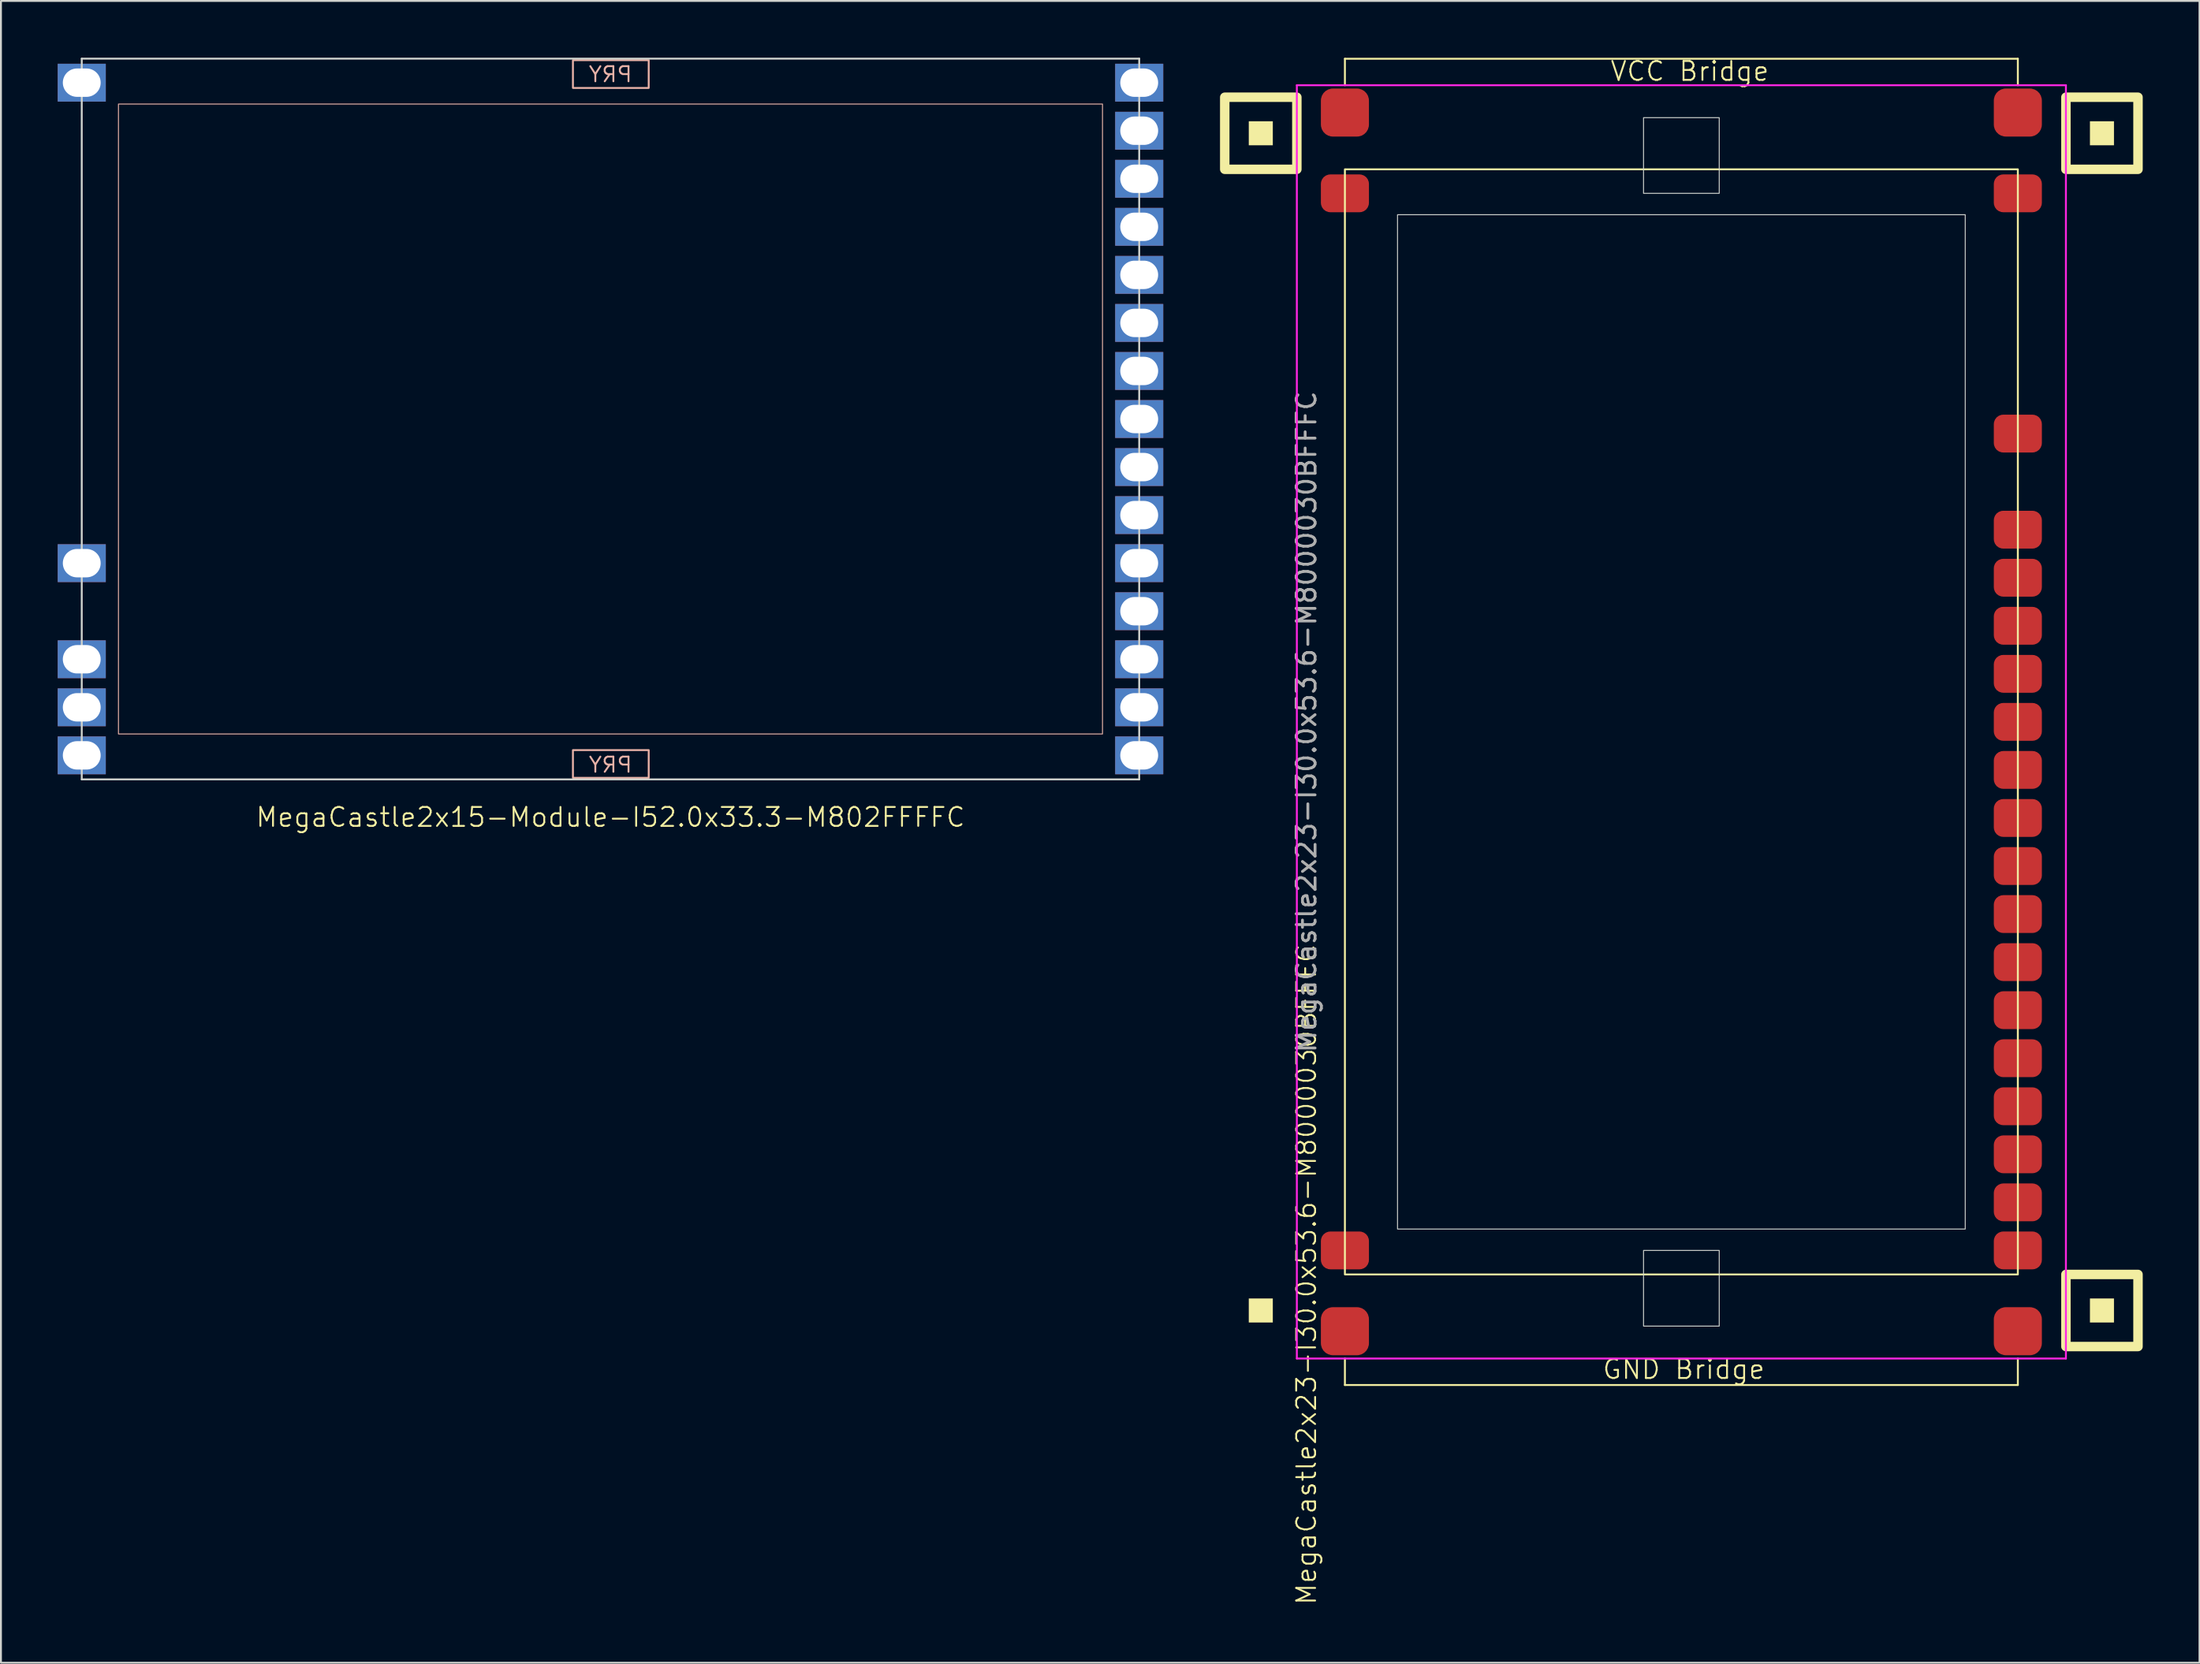
<source format=kicad_pcb>
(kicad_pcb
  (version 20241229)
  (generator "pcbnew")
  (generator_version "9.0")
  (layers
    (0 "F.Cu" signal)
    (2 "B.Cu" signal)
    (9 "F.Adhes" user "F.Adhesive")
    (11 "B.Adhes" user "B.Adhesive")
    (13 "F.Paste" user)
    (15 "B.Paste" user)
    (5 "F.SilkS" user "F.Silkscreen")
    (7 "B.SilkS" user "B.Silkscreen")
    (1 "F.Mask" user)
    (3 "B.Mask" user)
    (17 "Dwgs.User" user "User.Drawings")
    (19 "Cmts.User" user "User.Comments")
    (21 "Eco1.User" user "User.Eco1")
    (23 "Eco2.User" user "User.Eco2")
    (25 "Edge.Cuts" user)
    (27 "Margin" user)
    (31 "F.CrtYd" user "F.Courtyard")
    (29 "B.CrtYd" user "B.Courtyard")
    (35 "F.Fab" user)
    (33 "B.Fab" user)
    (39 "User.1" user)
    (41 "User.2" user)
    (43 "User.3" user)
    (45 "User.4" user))
  (footprint "MegaCastle2x23-I30.0x53.6-M8000030BFFFC"
    (layer "F.Cu")
    (at 85.8 35.11)
    (property "Reference" "MegaCastle2x23-I30.0x53.6-M8000030BFFFC" (at -19.812 29.21 90) (unlocked yes) (layer "F.SilkS") (effects (font (size 1 1) (thickness 0.1))))
    (attr smd)
    (fp_line (start -17.78 -35.055) (end 17.78 -35.055) (stroke (width 0.1) (type default)) (layer "F.SilkS"))
    (fp_line (start -17.78 -33.655) (end -17.78 -35.055) (stroke (width 0.1) (type default)) (layer "F.SilkS"))
    (fp_line (start -17.78 33.655) (end -17.78 35.055) (stroke (width 0.1) (type default)) (layer "F.SilkS"))
    (fp_line (start -17.78 35.055) (end 17.78 35.055) (stroke (width 0.1) (type default)) (layer "F.SilkS"))
    (fp_line (start 17.78 -33.655) (end 17.78 -35.055) (stroke (width 0.1) (type default)) (layer "F.SilkS"))
    (fp_line (start 17.78 33.655) (end 17.78 35.055) (stroke (width 0.1) (type default)) (layer "F.SilkS"))
    (fp_rect (start -21.59 -30.48) (end -22.86 -31.75) (stroke (width 0) (type solid)) (fill yes) (layer "F.SilkS"))
    (fp_rect (start -21.59 31.75) (end -22.86 30.48) (stroke (width 0) (type solid)) (fill yes) (layer "F.SilkS"))
    (fp_rect (start -20.32 -29.21) (end -24.13 -33.02) (stroke (width 0.5) (type default)) (fill no) (layer "F.SilkS"))
    (fp_rect (start -17.78 -29.21) (end 17.78 29.21) (stroke (width 0.1) (type default)) (fill no) (layer "F.SilkS"))
    (fp_rect (start 22.86 -30.48) (end 21.59 -31.75) (stroke (width 0) (type solid)) (fill yes) (layer "F.SilkS"))
    (fp_rect (start 22.86 31.75) (end 21.59 30.48) (stroke (width 0) (type solid)) (fill yes) (layer "F.SilkS"))
    (fp_rect (start 24.13 -29.21) (end 20.32 -33.02) (stroke (width 0.5) (type default)) (fill no) (layer "F.SilkS"))
    (fp_rect (start 24.13 33.02) (end 20.32 29.21) (stroke (width 0.5) (type default)) (fill no) (layer "F.SilkS"))
    (fp_rect (start -15 -26.81) (end 15 26.81) (stroke (width 0.05) (type default)) (fill no) (layer "Edge.Cuts"))
    (fp_rect (start -2 -27.94) (end 2 -31.94) (stroke (width 0.05) (type default)) (fill no) (layer "Edge.Cuts"))
    (fp_rect (start -2 27.94) (end 2 31.94) (stroke (width 0.05) (type default)) (fill no) (layer "Edge.Cuts"))
    (fp_line (start -20.32 -33.655) (end -20.32 33.655) (stroke (width 0.1) (type default)) (layer "F.CrtYd"))
    (fp_line (start -20.32 33.655) (end 20.32 33.655) (stroke (width 0.1) (type default)) (layer "F.CrtYd"))
    (fp_line (start 20.32 -33.655) (end -20.32 -33.655) (stroke (width 0.1) (type default)) (layer "F.CrtYd"))
    (fp_line (start 20.32 -33.655) (end 20.32 33.655) (stroke (width 0.1) (type default)) (layer "F.CrtYd"))
    (fp_text user "VCC Bridge" (at -3.81 -33.81 0) (unlocked yes) (layer "F.SilkS") (effects (font (size 1 1) (thickness 0.1)) (justify left bottom)))
    (fp_text user "GND Bridge" (at -4.226 34.81 0) (unlocked yes) (layer "F.SilkS") (effects (font (size 1 1) (thickness 0.1)) (justify left bottom)))
    (fp_text user "${REFERENCE}" (at -19.812 0 90) (unlocked yes) (layer "F.Fab") (effects (font (size 1 1) (thickness 0.15))))
    (pad "1" smd roundrect (at -17.78 -27.94) (size 2.54 2) (layers "F.Cu" "F.Mask" "F.Paste") (roundrect_rratio 0.25))
    (pad "23" smd roundrect (at -17.78 27.94) (size 2.54 2) (layers "F.Cu" "F.Mask" "F.Paste") (roundrect_rratio 0.25))
    (pad "24" smd roundrect (at 17.78 -27.94) (size 2.54 2) (layers "F.Cu" "F.Mask" "F.Paste") (roundrect_rratio 0.25))
    (pad "29" smd roundrect (at 17.78 -15.24) (size 2.54 2) (layers "F.Cu" "F.Mask" "F.Paste") (roundrect_rratio 0.25))
    (pad "31" smd roundrect (at 17.78 -10.16) (size 2.54 2) (layers "F.Cu" "F.Mask" "F.Paste") (roundrect_rratio 0.25))
    (pad "32" smd roundrect (at 17.78 -7.62) (size 2.54 2) (layers "F.Cu" "F.Mask" "F.Paste") (roundrect_rratio 0.25))
    (pad "33" smd roundrect (at 17.78 -5.08) (size 2.54 2) (layers "F.Cu" "F.Mask" "F.Paste") (roundrect_rratio 0.25))
    (pad "34" smd roundrect (at 17.78 -2.54) (size 2.54 2) (layers "F.Cu" "F.Mask" "F.Paste") (roundrect_rratio 0.25))
    (pad "35" smd roundrect (at 17.78 0) (size 2.54 2) (layers "F.Cu" "F.Mask" "F.Paste") (roundrect_rratio 0.25))
    (pad "36" smd roundrect (at 17.78 2.54) (size 2.54 2) (layers "F.Cu" "F.Mask" "F.Paste") (roundrect_rratio 0.25))
    (pad "37" smd roundrect (at 17.78 5.08) (size 2.54 2) (layers "F.Cu" "F.Mask" "F.Paste") (roundrect_rratio 0.25))
    (pad "38" smd roundrect (at 17.78 7.62) (size 2.54 2) (layers "F.Cu" "F.Mask" "F.Paste") (roundrect_rratio 0.25))
    (pad "39" smd roundrect (at 17.78 10.16) (size 2.54 2) (layers "F.Cu" "F.Mask" "F.Paste") (roundrect_rratio 0.25))
    (pad "40" smd roundrect (at 17.78 12.7) (size 2.54 2) (layers "F.Cu" "F.Mask" "F.Paste") (roundrect_rratio 0.25))
    (pad "41" smd roundrect (at 17.78 15.24) (size 2.54 2) (layers "F.Cu" "F.Mask" "F.Paste") (roundrect_rratio 0.25))
    (pad "42" smd roundrect (at 17.78 17.78) (size 2.54 2) (layers "F.Cu" "F.Mask" "F.Paste") (roundrect_rratio 0.25))
    (pad "43" smd roundrect (at 17.78 20.32) (size 2.54 2) (layers "F.Cu" "F.Mask" "F.Paste") (roundrect_rratio 0.25))
    (pad "44" smd roundrect (at 17.78 22.86) (size 2.54 2) (layers "F.Cu" "F.Mask" "F.Paste") (roundrect_rratio 0.25))
    (pad "45" smd roundrect (at 17.78 25.4) (size 2.54 2) (layers "F.Cu" "F.Mask" "F.Paste") (roundrect_rratio 0.25))
    (pad "46" smd roundrect (at 17.78 27.94) (size 2.54 2) (layers "F.Cu" "F.Mask" "F.Paste") (roundrect_rratio 0.25))
    (pad "A1" smd roundrect (at -17.78 -32.21) (size 2.54 2.54) (layers "F.Cu" "F.Mask" "F.Paste") (roundrect_rratio 0.25))
    (pad "A2" smd roundrect (at 17.78 -32.21) (size 2.54 2.54) (layers "F.Cu" "F.Mask" "F.Paste") (roundrect_rratio 0.25))
    (pad "B1" smd roundrect (at -17.78 32.21) (size 2.54 2.54) (layers "F.Cu" "F.Mask" "F.Paste") (roundrect_rratio 0.25))
    (pad "B2" smd roundrect (at 17.78 32.21) (size 2.54 2.54) (layers "F.Cu" "F.Mask" "F.Paste") (roundrect_rratio 0.25)))
  (footprint "MegaCastle2x15-Module-I52.0x33.3-M802FFFFC"
    (layer "F.Cu")
    (at 29.21 19.1)
    (property "Reference" "MegaCastle2x15-Module-I52.0x33.3-M802FFFFC" (at 0 21.05 0) (unlocked yes) (layer "F.SilkS") (effects (font (size 1 1) (thickness 0.1))))
    (attr smd)
    (fp_rect (start -26 16.65) (end 26 -16.65) (stroke (width 0.05) (type default)) (fill no) (layer "B.SilkS"))
    (fp_rect (start -1.984 -17.501) (end 2.02 -18.97) (stroke (width 0.1) (type default)) (fill no) (layer "B.SilkS"))
    (fp_rect (start -1.984 17.501) (end 2.02 18.97) (stroke (width 0.1) (type default)) (fill no) (layer "B.SilkS"))
    (fp_line (start -27.94 -19.05) (end -27.94 19.05) (stroke (width 0.1) (type default)) (layer "Edge.Cuts"))
    (fp_line (start -27.94 -19.05) (end 27.94 -19.05) (stroke (width 0.1) (type default)) (layer "Edge.Cuts"))
    (fp_line (start -27.94 19.05) (end 27.94 19.05) (stroke (width 0.1) (type default)) (layer "Edge.Cuts"))
    (fp_line (start 27.94 -19.05) (end 27.94 19.05) (stroke (width 0.1) (type default)) (layer "Edge.Cuts"))
    (fp_text user "PRY" (at 0 -17.75 0) (unlocked yes) (layer "B.SilkS") (effects (font (size 0.8 0.8) (thickness 0.1)) (justify bottom mirror)))
    (fp_text user "PRY" (at 0 18.75 0) (unlocked yes) (layer "B.SilkS") (effects (font (size 0.8 0.8) (thickness 0.1)) (justify bottom mirror)))
    (pad "1" thru_hole rect (at -27.94 -17.78) (size 2.54 2) (drill oval 2 1.5) (property pad_prop_castellated) (layers "*.Cu" "*.Mask"))
    (pad "11" thru_hole rect (at -27.94 7.62) (size 2.54 2) (drill oval 2 1.5) (property pad_prop_castellated) (layers "*.Cu" "*.Mask"))
    (pad "13" thru_hole rect (at -27.94 12.7) (size 2.54 2) (drill oval 2 1.5) (property pad_prop_castellated) (layers "*.Cu" "*.Mask"))
    (pad "14" thru_hole rect (at -27.94 15.24) (size 2.54 2) (drill oval 2 1.5) (property pad_prop_castellated) (layers "*.Cu" "*.Mask"))
    (pad "15" thru_hole rect (at -27.94 17.78) (size 2.54 2) (drill oval 2 1.5) (property pad_prop_castellated) (layers "*.Cu" "*.Mask"))
    (pad "16" thru_hole rect (at 27.94 -17.78) (size 2.54 2) (drill oval 2 1.5) (property pad_prop_castellated) (layers "*.Cu" "*.Mask"))
    (pad "17" thru_hole rect (at 27.94 -15.24) (size 2.54 2) (drill oval 2 1.5) (property pad_prop_castellated) (layers "*.Cu" "*.Mask"))
    (pad "18" thru_hole rect (at 27.94 -12.7) (size 2.54 2) (drill oval 2 1.5) (property pad_prop_castellated) (layers "*.Cu" "*.Mask"))
    (pad "19" thru_hole rect (at 27.94 -10.16) (size 2.54 2) (drill oval 2 1.5) (property pad_prop_castellated) (layers "*.Cu" "*.Mask"))
    (pad "20" thru_hole rect (at 27.94 -7.62) (size 2.54 2) (drill oval 2 1.5) (property pad_prop_castellated) (layers "*.Cu" "*.Mask"))
    (pad "21" thru_hole rect (at 27.94 -5.08) (size 2.54 2) (drill oval 2 1.5) (property pad_prop_castellated) (layers "*.Cu" "*.Mask"))
    (pad "22" thru_hole rect (at 27.94 -2.54) (size 2.54 2) (drill oval 2 1.5) (property pad_prop_castellated) (layers "*.Cu" "*.Mask"))
    (pad "23" thru_hole rect (at 27.94 0) (size 2.54 2) (drill oval 2 1.5) (property pad_prop_castellated) (layers "*.Cu" "*.Mask"))
    (pad "24" thru_hole rect (at 27.94 2.54) (size 2.54 2) (drill oval 2 1.5) (property pad_prop_castellated) (layers "*.Cu" "*.Mask"))
    (pad "25" thru_hole rect (at 27.94 5.08) (size 2.54 2) (drill oval 2 1.5) (property pad_prop_castellated) (layers "*.Cu" "*.Mask"))
    (pad "26" thru_hole rect (at 27.94 7.62) (size 2.54 2) (drill oval 2 1.5) (property pad_prop_castellated) (layers "*.Cu" "*.Mask"))
    (pad "27" thru_hole rect (at 27.94 10.16) (size 2.54 2) (drill oval 2 1.5) (property pad_prop_castellated) (layers "*.Cu" "*.Mask"))
    (pad "28" thru_hole rect (at 27.94 12.7) (size 2.54 2) (drill oval 2 1.5) (property pad_prop_castellated) (layers "*.Cu" "*.Mask"))
    (pad "29" thru_hole rect (at 27.94 15.24) (size 2.54 2) (drill oval 2 1.5) (property pad_prop_castellated) (layers "*.Cu" "*.Mask"))
    (pad "30" thru_hole rect (at 27.94 17.78) (size 2.54 2) (drill oval 2 1.5) (property pad_prop_castellated) (layers "*.Cu" "*.Mask"))
    (zone (net_name "") (layer "B.Cu") (hatch edge 0.5) (connect_pads) (min_thickness 0.25) (filled_areas_thickness no) (keepout (tracks allowed) (vias allowed) (pads allowed) (copperpour allowed) (footprints not_allowed)) (placement (enabled no)) (fill) (polygon (pts (xy 1.27 38.15) (xy 1.27 0.05) (xy 3.21 0.05) (xy 3.21 38.15))))
    (zone (net_name "") (layer "B.Cu") (hatch edge 0.5) (connect_pads) (min_thickness 0.25) (filled_areas_thickness no) (keepout (tracks allowed) (vias allowed) (pads allowed) (copperpour allowed) (footprints not_allowed)) (placement (enabled no)) (fill) (polygon (pts (xy 3.21 0.05) (xy 3.21 2.45) (xy 55.21 2.45) (xy 55.21 0.05))))
    (zone (net_name "") (layer "B.Cu") (hatch edge 0.5) (connect_pads) (min_thickness 0.25) (filled_areas_thickness no) (keepout (tracks allowed) (vias allowed) (pads allowed) (copperpour allowed) (footprints not_allowed)) (placement (enabled no)) (fill) (polygon (pts (xy 3.21 38.15) (xy 3.21 35.75) (xy 55.21 35.75) (xy 55.21 38.15))))
    (zone (net_name "") (layer "B.Cu") (name "Upper Pry Zone") (hatch edge 0.5) (connect_pads) (min_thickness 0.25) (filled_areas_thickness no) (keepout (tracks not_allowed) (vias not_allowed) (pads not_allowed) (copperpour allowed) (footprints not_allowed)) (placement (enabled no)) (fill) (polygon (pts (xy 27.226 1.599) (xy 27.226 0.13) (xy 31.23 0.13) (xy 31.23 1.599))))
    (zone (net_name "") (layer "B.Cu") (name "Upper Pry Zone") (hatch edge 0.5) (connect_pads) (min_thickness 0.25) (filled_areas_thickness no) (keepout (tracks not_allowed) (vias not_allowed) (pads not_allowed) (copperpour allowed) (footprints not_allowed)) (placement (enabled no)) (fill) (polygon (pts (xy 27.226 36.601) (xy 27.226 38.07) (xy 31.23 38.07) (xy 31.23 36.601))))
    (zone (net_name "") (layer "B.Cu") (hatch edge 0.5) (connect_pads) (min_thickness 0.25) (filled_areas_thickness no) (keepout (tracks allowed) (vias allowed) (pads allowed) (copperpour allowed) (footprints not_allowed)) (placement (enabled no)) (fill) (polygon (pts (xy 57.15 38.15) (xy 57.15 0.05) (xy 55.21 0.05) (xy 55.21 38.15)))))
  (gr_rect
    (start -3 -3)
    (end 113.18 84.846)
    (stroke (width 0.1) (type default))
    (fill no)
    (layer "Edge.Cuts")))
</source>
